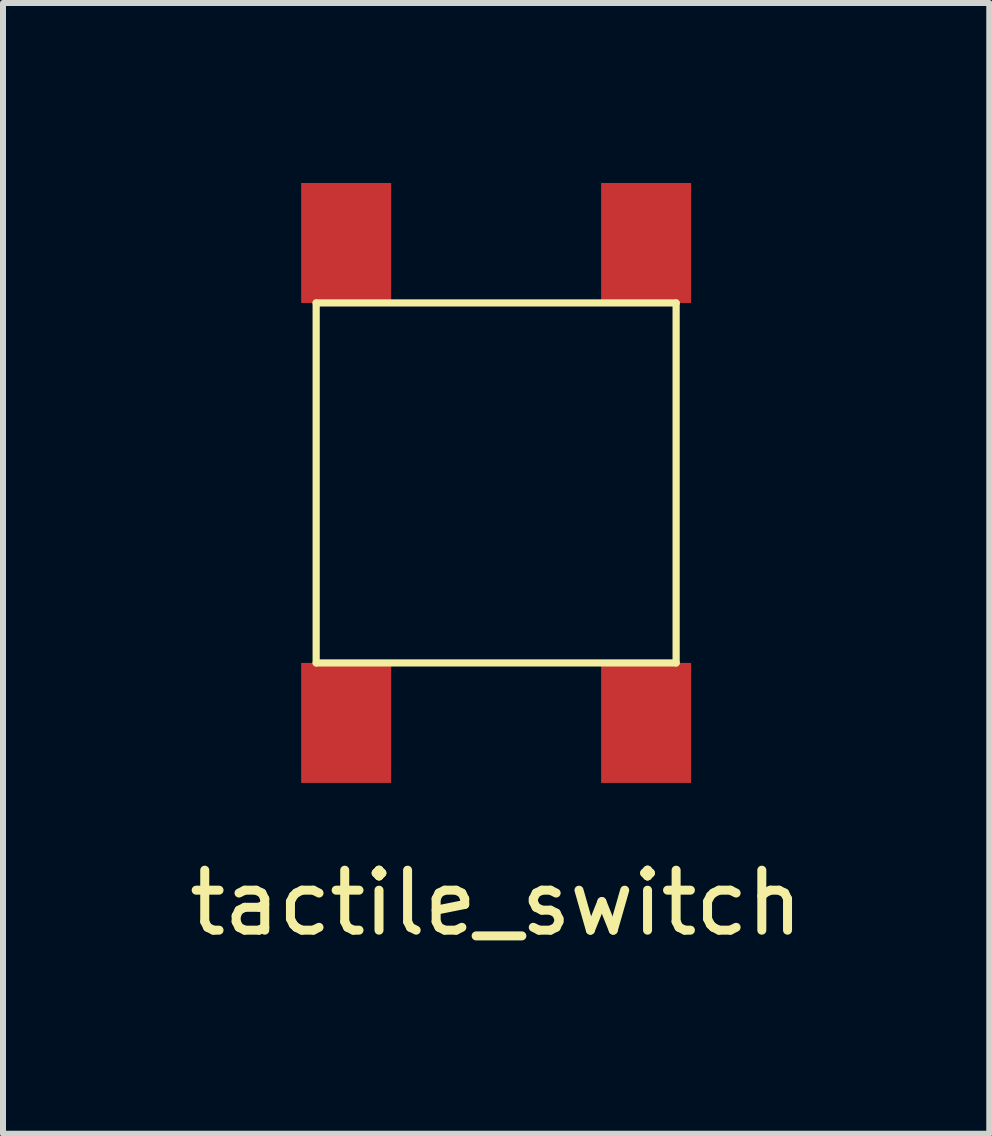
<source format=kicad_pcb>
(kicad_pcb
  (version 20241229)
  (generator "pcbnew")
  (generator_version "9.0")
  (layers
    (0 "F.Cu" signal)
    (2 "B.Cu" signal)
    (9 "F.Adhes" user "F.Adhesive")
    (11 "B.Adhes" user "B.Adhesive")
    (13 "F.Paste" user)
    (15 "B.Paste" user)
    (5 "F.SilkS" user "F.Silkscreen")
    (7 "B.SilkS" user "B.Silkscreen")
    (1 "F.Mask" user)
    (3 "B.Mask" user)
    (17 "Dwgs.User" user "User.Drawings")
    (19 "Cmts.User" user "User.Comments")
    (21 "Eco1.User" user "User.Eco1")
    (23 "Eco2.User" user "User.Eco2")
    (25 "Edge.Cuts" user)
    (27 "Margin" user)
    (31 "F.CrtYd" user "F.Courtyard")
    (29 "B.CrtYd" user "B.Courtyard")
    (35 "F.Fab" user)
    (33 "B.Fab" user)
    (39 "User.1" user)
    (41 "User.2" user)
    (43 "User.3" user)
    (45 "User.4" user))
  (footprint "tactile_switch"
    (layer "F.Cu")
    (at 5.22 5)
    (property "Reference" "tactile_switch" (at 0 7 0) (layer "F.SilkS") (effects (font (size 1 1) (thickness 0.15))))
    (fp_line (start -3 -3) (end -3 3) (stroke (width 0.12) (type solid)) (layer "F.SilkS"))
    (fp_line (start -3 3) (end 3 3) (stroke (width 0.12) (type solid)) (layer "F.SilkS"))
    (fp_line (start 3 -3) (end -3 -3) (stroke (width 0.12) (type solid)) (layer "F.SilkS"))
    (fp_line (start 3 3) (end 3 -3) (stroke (width 0.12) (type solid)) (layer "F.SilkS"))
    (pad "1" smd rect (at -2.5 -4) (size 1.5 2) (layers "F.Cu" "F.Mask" "F.Paste"))
    (pad "2" smd rect (at -2.5 4) (size 1.5 2) (layers "F.Cu" "F.Mask" "F.Paste"))
    (pad "3" smd rect (at 2.5 4) (size 1.5 2) (layers "F.Cu" "F.Mask" "F.Paste"))
    (pad "4" smd rect (at 2.5 -4) (size 1.5 2) (layers "F.Cu" "F.Mask" "F.Paste")))
  (gr_rect
    (start -3 -3)
    (end 13.44 15.848)
    (stroke (width 0.1) (type default))
    (fill no)
    (layer "Edge.Cuts")))
</source>
